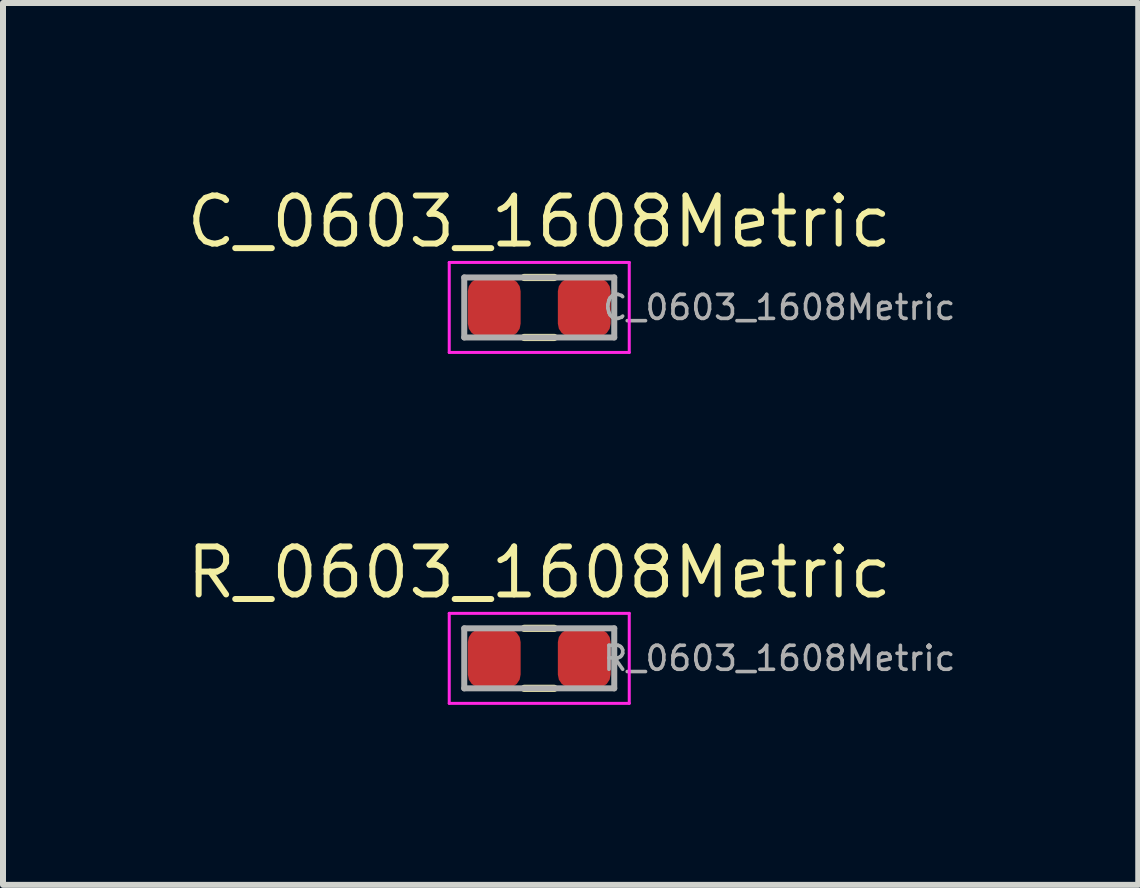
<source format=kicad_pcb>
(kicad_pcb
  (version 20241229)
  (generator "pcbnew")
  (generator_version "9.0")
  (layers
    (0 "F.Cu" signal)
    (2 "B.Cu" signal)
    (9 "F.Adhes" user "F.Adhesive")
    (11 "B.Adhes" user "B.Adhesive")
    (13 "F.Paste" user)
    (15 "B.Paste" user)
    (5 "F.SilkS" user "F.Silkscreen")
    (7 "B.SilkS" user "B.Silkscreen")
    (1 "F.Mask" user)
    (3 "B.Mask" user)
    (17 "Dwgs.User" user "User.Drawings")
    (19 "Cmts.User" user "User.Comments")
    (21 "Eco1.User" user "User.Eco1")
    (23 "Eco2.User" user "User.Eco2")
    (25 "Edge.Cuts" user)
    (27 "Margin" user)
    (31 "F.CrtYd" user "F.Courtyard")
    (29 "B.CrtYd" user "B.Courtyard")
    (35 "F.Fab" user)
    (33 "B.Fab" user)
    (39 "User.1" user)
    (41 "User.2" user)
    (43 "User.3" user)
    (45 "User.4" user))
  (footprint "R_0603_1608Metric"
    (layer "F.Cu")
    (at 5.937 7.922)
    (property "Reference" "R_0603_1608Metric" (at 0 -1.43 0) (layer "F.SilkS") (effects (font (size 0.8 0.8) (thickness 0.1))))
    (attr smd)
    (fp_line (start -0.25 -0.5) (end 0.25 -0.5) (stroke (width 0.12) (type solid)) (layer "F.SilkS"))
    (fp_line (start -0.25 0.5) (end 0.25 0.5) (stroke (width 0.12) (type solid)) (layer "F.SilkS"))
    (fp_line (start -1.5 -0.75) (end 1.5 -0.75) (stroke (width 0.05) (type solid)) (layer "F.CrtYd"))
    (fp_line (start -1.5 0.75) (end -1.5 -0.75) (stroke (width 0.05) (type solid)) (layer "F.CrtYd"))
    (fp_line (start 1.5 -0.75) (end 1.5 0.75) (stroke (width 0.05) (type solid)) (layer "F.CrtYd"))
    (fp_line (start 1.5 0.75) (end -1.5 0.75) (stroke (width 0.05) (type solid)) (layer "F.CrtYd"))
    (fp_line (start -1.25 -0.5) (end 1.25 -0.5) (stroke (width 0.1) (type solid)) (layer "F.Fab"))
    (fp_line (start -1.25 0.5) (end -1.25 -0.5) (stroke (width 0.1) (type solid)) (layer "F.Fab"))
    (fp_line (start 1.25 -0.5) (end 1.25 0.5) (stroke (width 0.1) (type solid)) (layer "F.Fab"))
    (fp_line (start 1.25 0.5) (end -1.25 0.5) (stroke (width 0.1) (type solid)) (layer "F.Fab"))
    (fp_text user "${REFERENCE}" (at 4 0 0) (layer "F.Fab") (effects (font (size 0.4 0.4) (thickness 0.06))))
    (pad "1" smd roundrect (at -0.75 0) (size 0.88 0.98) (layers "F.Cu" "F.Mask" "F.Paste") (roundrect_rratio 0.25))
    (pad "2" smd roundrect (at 0.75 0) (size 0.88 0.98) (layers "F.Cu" "F.Mask" "F.Paste") (roundrect_rratio 0.25)))
  (footprint "C_0603_1608Metric"
    (layer "F.Cu")
    (at 5.937 2.074)
    (property "Reference" "C_0603_1608Metric" (at 0 -1.43 0) (layer "F.SilkS") (effects (font (size 0.8 0.8) (thickness 0.1))))
    (attr smd)
    (fp_line (start -0.25 -0.5) (end 0.25 -0.5) (stroke (width 0.12) (type solid)) (layer "F.SilkS"))
    (fp_line (start -0.25 0.5) (end 0.25 0.5) (stroke (width 0.12) (type solid)) (layer "F.SilkS"))
    (fp_line (start -1.5 -0.75) (end 1.5 -0.75) (stroke (width 0.05) (type solid)) (layer "F.CrtYd"))
    (fp_line (start -1.5 0.75) (end -1.5 -0.75) (stroke (width 0.05) (type solid)) (layer "F.CrtYd"))
    (fp_line (start 1.5 -0.75) (end 1.5 0.75) (stroke (width 0.05) (type solid)) (layer "F.CrtYd"))
    (fp_line (start 1.5 0.75) (end -1.5 0.75) (stroke (width 0.05) (type solid)) (layer "F.CrtYd"))
    (fp_line (start -1.25 -0.5) (end 1.25 -0.5) (stroke (width 0.1) (type solid)) (layer "F.Fab"))
    (fp_line (start -1.25 0.5) (end -1.25 -0.5) (stroke (width 0.1) (type solid)) (layer "F.Fab"))
    (fp_line (start 1.25 -0.5) (end 1.25 0.5) (stroke (width 0.1) (type solid)) (layer "F.Fab"))
    (fp_line (start 1.25 0.5) (end -1.25 0.5) (stroke (width 0.1) (type solid)) (layer "F.Fab"))
    (fp_text user "${REFERENCE}" (at 4 0 0) (layer "F.Fab") (effects (font (size 0.4 0.4) (thickness 0.06))))
    (pad "1" smd roundrect (at -0.75 0) (size 0.88 0.98) (layers "F.Cu" "F.Mask" "F.Paste") (roundrect_rratio 0.25))
    (pad "2" smd roundrect (at 0.75 0) (size 0.88 0.98) (layers "F.Cu" "F.Mask" "F.Paste") (roundrect_rratio 0.25)))
  (gr_rect
    (start -3 -3)
    (end 15.92 11.697)
    (stroke (width 0.1) (type default))
    (fill no)
    (layer "Edge.Cuts")))
</source>
